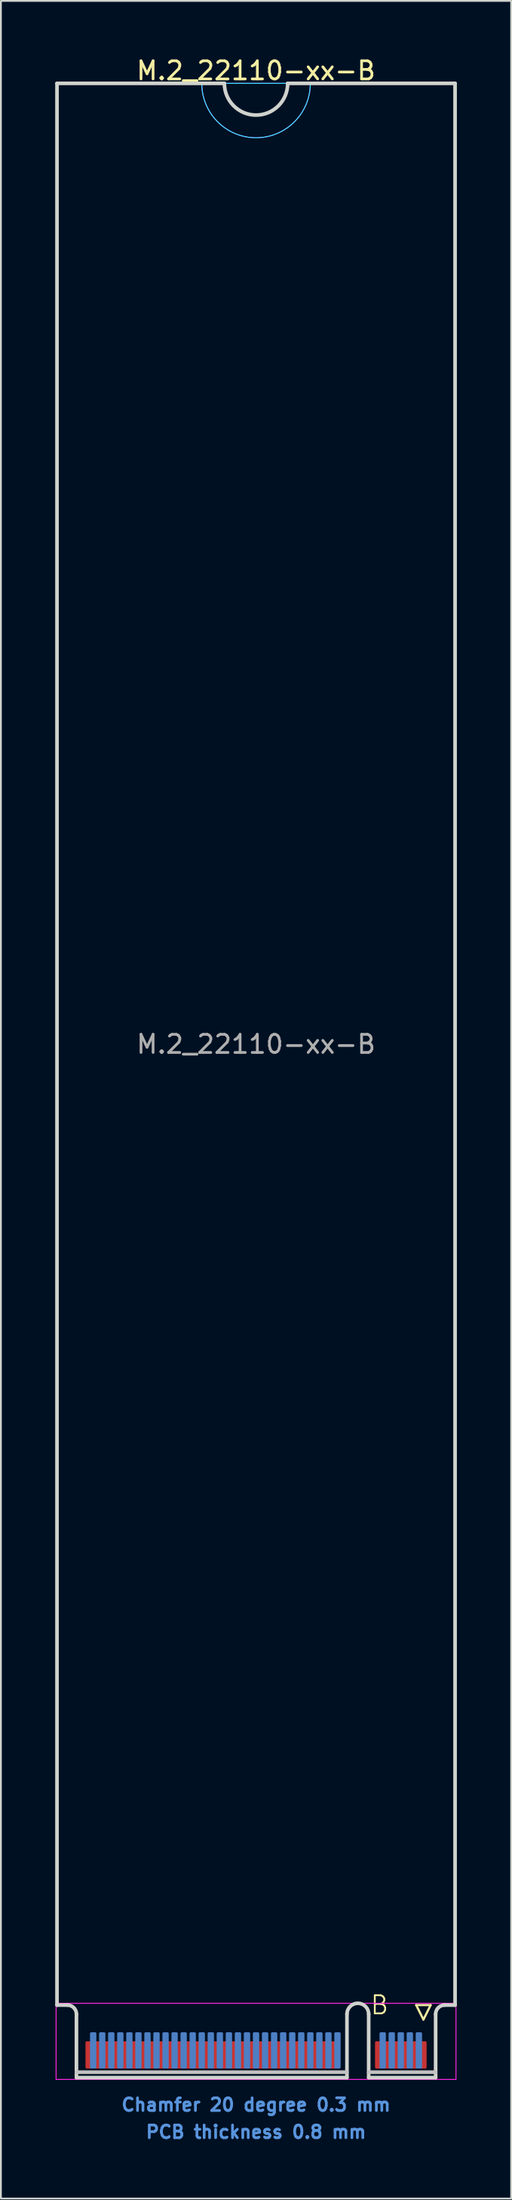
<source format=kicad_pcb>
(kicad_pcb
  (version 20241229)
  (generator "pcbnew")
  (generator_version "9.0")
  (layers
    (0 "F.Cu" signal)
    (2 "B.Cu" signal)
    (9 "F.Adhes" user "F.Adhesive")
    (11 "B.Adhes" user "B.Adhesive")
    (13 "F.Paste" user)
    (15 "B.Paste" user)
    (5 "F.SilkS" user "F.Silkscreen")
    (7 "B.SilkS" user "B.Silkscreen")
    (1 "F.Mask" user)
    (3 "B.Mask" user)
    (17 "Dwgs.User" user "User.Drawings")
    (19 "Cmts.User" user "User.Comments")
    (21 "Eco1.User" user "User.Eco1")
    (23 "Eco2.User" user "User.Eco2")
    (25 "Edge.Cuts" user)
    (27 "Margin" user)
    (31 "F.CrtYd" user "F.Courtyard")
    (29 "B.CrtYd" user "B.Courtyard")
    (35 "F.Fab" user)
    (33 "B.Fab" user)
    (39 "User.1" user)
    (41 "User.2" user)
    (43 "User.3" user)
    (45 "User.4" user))
  (footprint "M.2_22110-xx-B"
    (layer "F.Cu")
    (at 11.1 107.548)
    (property "Reference" "M.2_22110-xx-B" (at 0 -106.7 0) (layer "F.SilkS") (effects (font (size 1 1) (thickness 0.15))))
    (attr exclude_from_pos_files exclude_from_bom)
    (fp_line (start 8.85 0) (end 9.65 0) (stroke (width 0.12) (type solid)) (layer "F.SilkS"))
    (fp_line (start 9.25 0.8) (end 8.85 0) (stroke (width 0.12) (type solid)) (layer "F.SilkS"))
    (fp_line (start 9.65 0) (end 9.25 0.8) (stroke (width 0.12) (type solid)) (layer "F.SilkS"))
    (fp_line (start -9.925 3.7) (end 5.025 3.7) (stroke (width 0.2) (type solid)) (layer "Dwgs.User"))
    (fp_line (start 9.925 3.7) (end 6.225 3.7) (stroke (width 0.2) (type solid)) (layer "Dwgs.User"))
    (fp_line (start -11 -106) (end -11 0) (stroke (width 0.2) (type solid)) (layer "Edge.Cuts"))
    (fp_line (start -11 0) (end -10.425 0) (stroke (width 0.2) (type solid)) (layer "Edge.Cuts"))
    (fp_line (start -9.925 0.5) (end -9.925 4) (stroke (width 0.2) (type solid)) (layer "Edge.Cuts"))
    (fp_line (start -9.925 4) (end 5.025 4) (stroke (width 0.2) (type solid)) (layer "Edge.Cuts"))
    (fp_line (start -1.75 -106) (end -11 -106) (stroke (width 0.2) (type solid)) (layer "Edge.Cuts"))
    (fp_line (start 5.025 4) (end 5.025 0.5) (stroke (width 0.2) (type solid)) (layer "Edge.Cuts"))
    (fp_line (start 6.225 0.5) (end 6.225 4) (stroke (width 0.2) (type solid)) (layer "Edge.Cuts"))
    (fp_line (start 6.225 4) (end 9.925 4) (stroke (width 0.2) (type solid)) (layer "Edge.Cuts"))
    (fp_line (start 9.925 4) (end 9.925 0.5) (stroke (width 0.2) (type solid)) (layer "Edge.Cuts"))
    (fp_line (start 10.425 0) (end 11 0) (stroke (width 0.2) (type solid)) (layer "Edge.Cuts"))
    (fp_line (start 11 -106) (end 1.75 -106) (stroke (width 0.2) (type solid)) (layer "Edge.Cuts"))
    (fp_line (start 11 0) (end 11 -106) (stroke (width 0.2) (type solid)) (layer "Edge.Cuts"))
    (fp_arc (start -10.425 0) (mid -10.071447 0.146447) (end -9.925 0.5) (stroke (width 0.2) (type solid)) (layer "Edge.Cuts"))
    (fp_arc (start 1.75 -106) (mid 0 -104.25) (end -1.75 -106) (stroke (width 0.2) (type solid)) (layer "Edge.Cuts"))
    (fp_arc (start 5.025 0.5) (mid 5.625 -0.1) (end 6.225 0.5) (stroke (width 0.2) (type solid)) (layer "Edge.Cuts"))
    (fp_arc (start 9.925 0.5) (mid 10.071447 0.146447) (end 10.425 0) (stroke (width 0.2) (type solid)) (layer "Edge.Cuts"))
    (fp_line (start -3 -106) (end 3 -106) (stroke (width 0.05) (type solid)) (layer "B.CrtYd"))
    (fp_arc (start 3 -106) (mid 0 -103) (end -3 -106) (stroke (width 0.05) (type solid)) (layer "B.CrtYd"))
    (fp_line (start -11.05 -0.1) (end -11.05 4.1) (stroke (width 0.05) (type solid)) (layer "F.CrtYd"))
    (fp_line (start -11.05 4.1) (end 11.05 4.1) (stroke (width 0.05) (type solid)) (layer "F.CrtYd"))
    (fp_line (start -3 -106) (end 3 -106) (stroke (width 0.05) (type solid)) (layer "F.CrtYd"))
    (fp_line (start 11.05 -0.1) (end -11.05 -0.1) (stroke (width 0.05) (type solid)) (layer "F.CrtYd"))
    (fp_line (start 11.05 4.1) (end 11.05 -0.1) (stroke (width 0.05) (type solid)) (layer "F.CrtYd"))
    (fp_arc (start 3 -106) (mid 0 -103) (end -3 -106) (stroke (width 0.05) (type solid)) (layer "F.CrtYd"))
    (fp_text user "B" (at 6.825 0 0) (layer "F.SilkS") (effects (font (size 1 1) (thickness 0.1))))
    (fp_text user "Chamfer 20 degree 0.3 mm" (at 0 5.5 0) (layer "Cmts.User") (effects (font (size 0.7 0.7) (thickness 0.15))))
    (fp_text user "PCB thickness 0.8 mm" (at 0 7 0) (layer "Cmts.User") (effects (font (size 0.7 0.7) (thickness 0.15))))
    (fp_text user "${REFERENCE}" (at 0 -53 0) (layer "F.Fab") (effects (font (size 1 1) (thickness 0.15))))
    (pad "1" connect roundrect (at 9.25 2.75) (size 0.35 1.5) (layers "F.Cu" "F.Mask") (roundrect_rratio 0.2))
    (pad "2" connect roundrect (at 9 2.5) (size 0.35 2) (layers "B.Cu" "B.Mask") (roundrect_rratio 0.2))
    (pad "3" connect roundrect (at 8.75 2.75) (size 0.35 1.5) (layers "F.Cu" "F.Mask") (roundrect_rratio 0.2))
    (pad "4" connect roundrect (at 8.5 2.5) (size 0.35 2) (layers "B.Cu" "B.Mask") (roundrect_rratio 0.2))
    (pad "5" connect roundrect (at 8.25 2.75) (size 0.35 1.5) (layers "F.Cu" "F.Mask") (roundrect_rratio 0.2))
    (pad "6" connect roundrect (at 8 2.5) (size 0.35 2) (layers "B.Cu" "B.Mask") (roundrect_rratio 0.2))
    (pad "7" connect roundrect (at 7.75 2.75) (size 0.35 1.5) (layers "F.Cu" "F.Mask") (roundrect_rratio 0.2))
    (pad "8" connect roundrect (at 7.5 2.5) (size 0.35 2) (layers "B.Cu" "B.Mask") (roundrect_rratio 0.2))
    (pad "9" connect roundrect (at 7.25 2.75) (size 0.35 1.5) (layers "F.Cu" "F.Mask") (roundrect_rratio 0.2))
    (pad "10" connect roundrect (at 7 2.5) (size 0.35 2) (layers "B.Cu" "B.Mask") (roundrect_rratio 0.2))
    (pad "11" connect roundrect (at 6.75 2.75) (size 0.35 1.5) (layers "F.Cu" "F.Mask") (roundrect_rratio 0.2))
    (pad "20" connect roundrect (at 4.5 2.5) (size 0.35 2) (layers "B.Cu" "B.Mask") (roundrect_rratio 0.2))
    (pad "21" connect roundrect (at 4.25 2.75) (size 0.35 1.5) (layers "F.Cu" "F.Mask") (roundrect_rratio 0.2))
    (pad "22" connect roundrect (at 4 2.5) (size 0.35 2) (layers "B.Cu" "B.Mask") (roundrect_rratio 0.2))
    (pad "23" connect roundrect (at 3.75 2.75) (size 0.35 1.5) (layers "F.Cu" "F.Mask") (roundrect_rratio 0.2))
    (pad "24" connect roundrect (at 3.5 2.5) (size 0.35 2) (layers "B.Cu" "B.Mask") (roundrect_rratio 0.2))
    (pad "25" connect roundrect (at 3.25 2.75) (size 0.35 1.5) (layers "F.Cu" "F.Mask") (roundrect_rratio 0.2))
    (pad "26" connect roundrect (at 3 2.5) (size 0.35 2) (layers "B.Cu" "B.Mask") (roundrect_rratio 0.2))
    (pad "27" connect roundrect (at 2.75 2.75) (size 0.35 1.5) (layers "F.Cu" "F.Mask") (roundrect_rratio 0.2))
    (pad "28" connect roundrect (at 2.5 2.5) (size 0.35 2) (layers "B.Cu" "B.Mask") (roundrect_rratio 0.2))
    (pad "29" connect roundrect (at 2.25 2.75) (size 0.35 1.5) (layers "F.Cu" "F.Mask") (roundrect_rratio 0.2))
    (pad "30" connect roundrect (at 2 2.5) (size 0.35 2) (layers "B.Cu" "B.Mask") (roundrect_rratio 0.2))
    (pad "31" connect roundrect (at 1.75 2.75) (size 0.35 1.5) (layers "F.Cu" "F.Mask") (roundrect_rratio 0.2))
    (pad "32" connect roundrect (at 1.5 2.5) (size 0.35 2) (layers "B.Cu" "B.Mask") (roundrect_rratio 0.2))
    (pad "33" connect roundrect (at 1.25 2.75) (size 0.35 1.5) (layers "F.Cu" "F.Mask") (roundrect_rratio 0.2))
    (pad "34" connect roundrect (at 1 2.5) (size 0.35 2) (layers "B.Cu" "B.Mask") (roundrect_rratio 0.2))
    (pad "35" connect roundrect (at 0.75 2.75) (size 0.35 1.5) (layers "F.Cu" "F.Mask") (roundrect_rratio 0.2))
    (pad "36" connect roundrect (at 0.5 2.5) (size 0.35 2) (layers "B.Cu" "B.Mask") (roundrect_rratio 0.2))
    (pad "37" connect roundrect (at 0.25 2.75) (size 0.35 1.5) (layers "F.Cu" "F.Mask") (roundrect_rratio 0.2))
    (pad "38" connect roundrect (at 0 2.5) (size 0.35 2) (layers "B.Cu" "B.Mask") (roundrect_rratio 0.2))
    (pad "39" connect roundrect (at -0.25 2.75) (size 0.35 1.5) (layers "F.Cu" "F.Mask") (roundrect_rratio 0.2))
    (pad "40" connect roundrect (at -0.5 2.5) (size 0.35 2) (layers "B.Cu" "B.Mask") (roundrect_rratio 0.2))
    (pad "41" connect roundrect (at -0.75 2.75) (size 0.35 1.5) (layers "F.Cu" "F.Mask") (roundrect_rratio 0.2))
    (pad "42" connect roundrect (at -1 2.5) (size 0.35 2) (layers "B.Cu" "B.Mask") (roundrect_rratio 0.2))
    (pad "43" connect roundrect (at -1.25 2.75) (size 0.35 1.5) (layers "F.Cu" "F.Mask") (roundrect_rratio 0.2))
    (pad "44" connect roundrect (at -1.5 2.5) (size 0.35 2) (layers "B.Cu" "B.Mask") (roundrect_rratio 0.2))
    (pad "45" connect roundrect (at -1.75 2.75) (size 0.35 1.5) (layers "F.Cu" "F.Mask") (roundrect_rratio 0.2))
    (pad "46" connect roundrect (at -2 2.5) (size 0.35 2) (layers "B.Cu" "B.Mask") (roundrect_rratio 0.2))
    (pad "47" connect roundrect (at -2.25 2.75) (size 0.35 1.5) (layers "F.Cu" "F.Mask") (roundrect_rratio 0.2))
    (pad "48" connect roundrect (at -2.5 2.5) (size 0.35 2) (layers "B.Cu" "B.Mask") (roundrect_rratio 0.2))
    (pad "49" connect roundrect (at -2.75 2.75) (size 0.35 1.5) (layers "F.Cu" "F.Mask") (roundrect_rratio 0.2))
    (pad "50" connect roundrect (at -3 2.5) (size 0.35 2) (layers "B.Cu" "B.Mask") (roundrect_rratio 0.2))
    (pad "51" connect roundrect (at -3.25 2.75) (size 0.35 1.5) (layers "F.Cu" "F.Mask") (roundrect_rratio 0.2))
    (pad "52" connect roundrect (at -3.5 2.5) (size 0.35 2) (layers "B.Cu" "B.Mask") (roundrect_rratio 0.2))
    (pad "53" connect roundrect (at -3.75 2.75) (size 0.35 1.5) (layers "F.Cu" "F.Mask") (roundrect_rratio 0.2))
    (pad "54" connect roundrect (at -4 2.5) (size 0.35 2) (layers "B.Cu" "B.Mask") (roundrect_rratio 0.2))
    (pad "55" connect roundrect (at -4.25 2.75) (size 0.35 1.5) (layers "F.Cu" "F.Mask") (roundrect_rratio 0.2))
    (pad "56" connect roundrect (at -4.5 2.5) (size 0.35 2) (layers "B.Cu" "B.Mask") (roundrect_rratio 0.2))
    (pad "57" connect roundrect (at -4.75 2.75) (size 0.35 1.5) (layers "F.Cu" "F.Mask") (roundrect_rratio 0.2))
    (pad "58" connect roundrect (at -5 2.5) (size 0.35 2) (layers "B.Cu" "B.Mask") (roundrect_rratio 0.2))
    (pad "59" connect roundrect (at -5.25 2.75) (size 0.35 1.5) (layers "F.Cu" "F.Mask") (roundrect_rratio 0.2))
    (pad "60" connect roundrect (at -5.5 2.5) (size 0.35 2) (layers "B.Cu" "B.Mask") (roundrect_rratio 0.2))
    (pad "61" connect roundrect (at -5.75 2.75) (size 0.35 1.5) (layers "F.Cu" "F.Mask") (roundrect_rratio 0.2))
    (pad "62" connect roundrect (at -6 2.5) (size 0.35 2) (layers "B.Cu" "B.Mask") (roundrect_rratio 0.2))
    (pad "63" connect roundrect (at -6.25 2.75) (size 0.35 1.5) (layers "F.Cu" "F.Mask") (roundrect_rratio 0.2))
    (pad "64" connect roundrect (at -6.5 2.5) (size 0.35 2) (layers "B.Cu" "B.Mask") (roundrect_rratio 0.2))
    (pad "65" connect roundrect (at -6.75 2.75) (size 0.35 1.5) (layers "F.Cu" "F.Mask") (roundrect_rratio 0.2))
    (pad "66" connect roundrect (at -7 2.5) (size 0.35 2) (layers "B.Cu" "B.Mask") (roundrect_rratio 0.2))
    (pad "67" connect roundrect (at -7.25 2.75) (size 0.35 1.5) (layers "F.Cu" "F.Mask") (roundrect_rratio 0.2))
    (pad "68" connect roundrect (at -7.5 2.5) (size 0.35 2) (layers "B.Cu" "B.Mask") (roundrect_rratio 0.2))
    (pad "69" connect roundrect (at -7.75 2.75) (size 0.35 1.5) (layers "F.Cu" "F.Mask") (roundrect_rratio 0.2))
    (pad "70" connect roundrect (at -8 2.5) (size 0.35 2) (layers "B.Cu" "B.Mask") (roundrect_rratio 0.2))
    (pad "71" connect roundrect (at -8.25 2.75) (size 0.35 1.5) (layers "F.Cu" "F.Mask") (roundrect_rratio 0.2))
    (pad "72" connect roundrect (at -8.5 2.5) (size 0.35 2) (layers "B.Cu" "B.Mask") (roundrect_rratio 0.2))
    (pad "73" connect roundrect (at -8.75 2.75) (size 0.35 1.5) (layers "F.Cu" "F.Mask") (roundrect_rratio 0.2))
    (pad "74" connect roundrect (at -9 2.5) (size 0.35 2) (layers "B.Cu" "B.Mask") (roundrect_rratio 0.2))
    (pad "75" connect roundrect (at -9.25 2.75) (size 0.35 1.5) (layers "F.Cu" "F.Mask") (roundrect_rratio 0.2)))
  (gr_rect
    (start -3 -3)
    (end 25.2 118.221)
    (stroke (width 0.1) (type default))
    (fill no)
    (layer "Edge.Cuts")))
</source>
